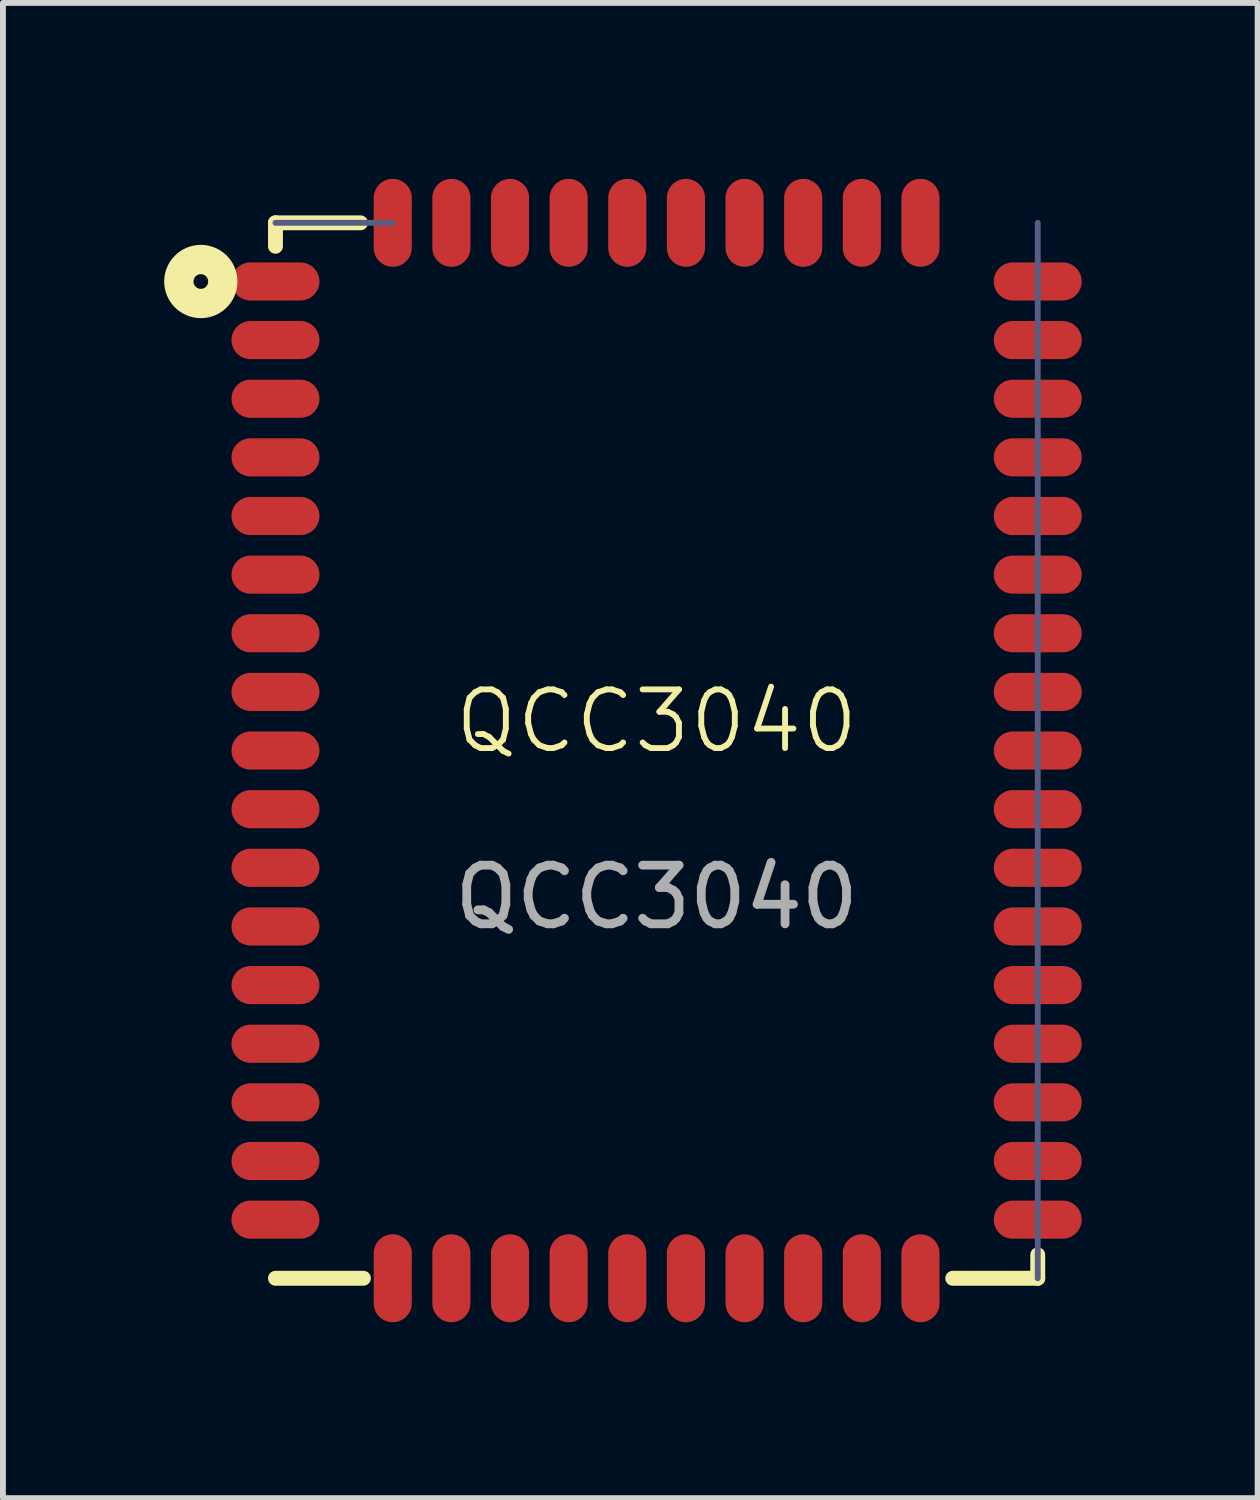
<source format=kicad_pcb>
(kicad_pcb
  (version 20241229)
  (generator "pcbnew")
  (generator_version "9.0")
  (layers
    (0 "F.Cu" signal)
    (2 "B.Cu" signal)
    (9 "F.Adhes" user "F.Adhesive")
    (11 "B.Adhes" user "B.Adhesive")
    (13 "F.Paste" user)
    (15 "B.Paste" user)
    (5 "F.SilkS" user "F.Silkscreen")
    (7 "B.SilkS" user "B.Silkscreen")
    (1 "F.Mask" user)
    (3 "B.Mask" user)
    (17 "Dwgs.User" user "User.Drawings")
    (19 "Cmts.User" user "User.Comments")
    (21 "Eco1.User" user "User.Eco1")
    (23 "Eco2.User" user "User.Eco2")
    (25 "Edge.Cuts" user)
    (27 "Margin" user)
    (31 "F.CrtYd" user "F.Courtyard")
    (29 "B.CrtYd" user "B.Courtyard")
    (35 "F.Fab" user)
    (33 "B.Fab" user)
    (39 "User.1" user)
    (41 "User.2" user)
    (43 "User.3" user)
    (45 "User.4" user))
  (footprint "QCC3040"
    (layer "F.Cu")
    (at 8.148 9.75)
    (property "Reference" "QCC3040" (at 0 -0.5 0) (unlocked yes) (layer "F.SilkS") (effects (font (size 1 1) (thickness 0.1))))
    (attr smd)
    (fp_line (start -6.5 -8.6) (end -6.5 -9) (stroke (width 0.254) (type solid)) (layer "F.SilkS"))
    (fp_line (start -6.5 9) (end -5 9) (stroke (width 0.254) (type solid)) (layer "F.SilkS"))
    (fp_line (start -5.05 -9) (end -6.5 -9) (stroke (width 0.254) (type solid)) (layer "F.SilkS"))
    (fp_line (start 5.05 9) (end 6.5 9) (stroke (width 0.254) (type solid)) (layer "F.SilkS"))
    (fp_line (start 6.5 8.6) (end 6.5 9) (stroke (width 0.254) (type solid)) (layer "F.SilkS"))
    (fp_circle (center -7.773 -7.999) (end -7.773 -8.124) (stroke (width 0.5) (type solid)) (fill no) (layer "F.SilkS"))
    (fp_line (start -6.5 -9) (end -4.5 -9) (stroke (width 0.1) (type solid)) (layer "B.Fab"))
    (fp_line (start 6.5 9) (end 6.5 -9) (stroke (width 0.1) (type solid)) (layer "B.Fab"))
    (fp_text user "${REFERENCE}" (at 0 2.5 0) (unlocked yes) (layer "F.Fab") (effects (font (size 1 1) (thickness 0.15))))
    (pad "1" smd oval (at -6.5 -8 90) (size 0.65 1.5) (layers "F.Cu" "F.Mask" "F.Paste"))
    (pad "2" smd oval (at -6.5 -7 90) (size 0.65 1.5) (layers "F.Cu" "F.Mask" "F.Paste"))
    (pad "3" smd oval (at -6.5 -6 90) (size 0.65 1.5) (layers "F.Cu" "F.Mask" "F.Paste"))
    (pad "4" smd oval (at -6.5 -5 90) (size 0.65 1.5) (layers "F.Cu" "F.Mask" "F.Paste"))
    (pad "5" smd oval (at -6.5 -4 90) (size 0.65 1.5) (layers "F.Cu" "F.Mask" "F.Paste"))
    (pad "6" smd oval (at -6.5 -3 90) (size 0.65 1.5) (layers "F.Cu" "F.Mask" "F.Paste"))
    (pad "7" smd oval (at -6.5 -2 90) (size 0.65 1.5) (layers "F.Cu" "F.Mask" "F.Paste"))
    (pad "8" smd oval (at -6.5 -1 90) (size 0.65 1.5) (layers "F.Cu" "F.Mask" "F.Paste"))
    (pad "9" smd oval (at -6.5 0 90) (size 0.65 1.5) (layers "F.Cu" "F.Mask" "F.Paste"))
    (pad "10" smd oval (at -6.5 1 90) (size 0.65 1.5) (layers "F.Cu" "F.Mask" "F.Paste"))
    (pad "11" smd oval (at -6.5 2 90) (size 0.65 1.5) (layers "F.Cu" "F.Mask" "F.Paste"))
    (pad "12" smd oval (at -6.5 3 90) (size 0.65 1.5) (layers "F.Cu" "F.Mask" "F.Paste"))
    (pad "13" smd oval (at -6.5 4 90) (size 0.65 1.5) (layers "F.Cu" "F.Mask" "F.Paste"))
    (pad "14" smd oval (at -6.5 5 90) (size 0.65 1.5) (layers "F.Cu" "F.Mask" "F.Paste"))
    (pad "15" smd oval (at -6.5 6 90) (size 0.65 1.5) (layers "F.Cu" "F.Mask" "F.Paste"))
    (pad "16" smd oval (at -6.5 7 90) (size 0.65 1.5) (layers "F.Cu" "F.Mask" "F.Paste"))
    (pad "17" smd oval (at -6.5 8 90) (size 0.65 1.5) (layers "F.Cu" "F.Mask" "F.Paste"))
    (pad "18" smd oval (at -4.5 9) (size 0.65 1.5) (layers "F.Cu" "F.Mask" "F.Paste"))
    (pad "19" smd oval (at -3.5 9) (size 0.65 1.5) (layers "F.Cu" "F.Mask" "F.Paste"))
    (pad "20" smd oval (at -2.5 9) (size 0.65 1.5) (layers "F.Cu" "F.Mask" "F.Paste"))
    (pad "21" smd oval (at -1.5 9) (size 0.65 1.5) (layers "F.Cu" "F.Mask" "F.Paste"))
    (pad "22" smd oval (at -0.5 9) (size 0.65 1.5) (layers "F.Cu" "F.Mask" "F.Paste"))
    (pad "23" smd oval (at 0.5 9) (size 0.65 1.5) (layers "F.Cu" "F.Mask" "F.Paste"))
    (pad "24" smd oval (at 1.5 9) (size 0.65 1.5) (layers "F.Cu" "F.Mask" "F.Paste"))
    (pad "25" smd oval (at 2.5 9) (size 0.65 1.5) (layers "F.Cu" "F.Mask" "F.Paste"))
    (pad "26" smd oval (at 3.5 9) (size 0.65 1.5) (layers "F.Cu" "F.Mask" "F.Paste"))
    (pad "27" smd oval (at 4.5 9) (size 0.65 1.5) (layers "F.Cu" "F.Mask" "F.Paste"))
    (pad "28" smd oval (at 6.5 8 90) (size 0.65 1.5) (layers "F.Cu" "F.Mask" "F.Paste"))
    (pad "29" smd oval (at 6.5 7 90) (size 0.65 1.5) (layers "F.Cu" "F.Mask" "F.Paste"))
    (pad "30" smd oval (at 6.5 6 90) (size 0.65 1.5) (layers "F.Cu" "F.Mask" "F.Paste"))
    (pad "31" smd oval (at 6.5 5 90) (size 0.65 1.5) (layers "F.Cu" "F.Mask" "F.Paste"))
    (pad "32" smd oval (at 6.5 4 90) (size 0.65 1.5) (layers "F.Cu" "F.Mask" "F.Paste"))
    (pad "33" smd oval (at 6.5 3 90) (size 0.65 1.5) (layers "F.Cu" "F.Mask" "F.Paste"))
    (pad "34" smd oval (at 6.5 2 90) (size 0.65 1.5) (layers "F.Cu" "F.Mask" "F.Paste"))
    (pad "35" smd oval (at 6.5 1 90) (size 0.65 1.5) (layers "F.Cu" "F.Mask" "F.Paste"))
    (pad "36" smd oval (at 6.5 0 90) (size 0.65 1.5) (layers "F.Cu" "F.Mask" "F.Paste"))
    (pad "37" smd oval (at 6.5 -1 90) (size 0.65 1.5) (layers "F.Cu" "F.Mask" "F.Paste"))
    (pad "38" smd oval (at 6.5 -2 90) (size 0.65 1.5) (layers "F.Cu" "F.Mask" "F.Paste"))
    (pad "39" smd oval (at 6.5 -3 90) (size 0.65 1.5) (layers "F.Cu" "F.Mask" "F.Paste"))
    (pad "40" smd oval (at 6.5 -4 90) (size 0.65 1.5) (layers "F.Cu" "F.Mask" "F.Paste"))
    (pad "41" smd oval (at 6.5 -5 90) (size 0.65 1.5) (layers "F.Cu" "F.Mask" "F.Paste"))
    (pad "42" smd oval (at 6.5 -6 90) (size 0.65 1.5) (layers "F.Cu" "F.Mask" "F.Paste"))
    (pad "43" smd oval (at 6.5 -7 90) (size 0.65 1.5) (layers "F.Cu" "F.Mask" "F.Paste"))
    (pad "44" smd oval (at 6.5 -8 90) (size 0.65 1.5) (layers "F.Cu" "F.Mask" "F.Paste"))
    (pad "45" smd oval (at 4.5 -9) (size 0.65 1.5) (layers "F.Cu" "F.Mask" "F.Paste"))
    (pad "46" smd oval (at 3.5 -9) (size 0.65 1.5) (layers "F.Cu" "F.Mask" "F.Paste"))
    (pad "47" smd oval (at 2.5 -9) (size 0.65 1.5) (layers "F.Cu" "F.Mask" "F.Paste"))
    (pad "48" smd oval (at 1.5 -9) (size 0.65 1.5) (layers "F.Cu" "F.Mask" "F.Paste"))
    (pad "49" smd oval (at 0.5 -9) (size 0.65 1.5) (layers "F.Cu" "F.Mask" "F.Paste"))
    (pad "50" smd oval (at -0.5 -9) (size 0.65 1.5) (layers "F.Cu" "F.Mask" "F.Paste"))
    (pad "51" smd oval (at -1.5 -9) (size 0.65 1.5) (layers "F.Cu" "F.Mask" "F.Paste"))
    (pad "52" smd oval (at -2.5 -9) (size 0.65 1.5) (layers "F.Cu" "F.Mask" "F.Paste"))
    (pad "53" smd oval (at -3.5 -9) (size 0.65 1.5) (layers "F.Cu" "F.Mask" "F.Paste"))
    (pad "54" smd oval (at -4.5 -9) (size 0.65 1.5) (layers "F.Cu" "F.Mask" "F.Paste")))
  (gr_rect
    (start -3 -3)
    (end 18.398 22.5)
    (stroke (width 0.1) (type default))
    (fill no)
    (layer "Edge.Cuts")))
</source>
